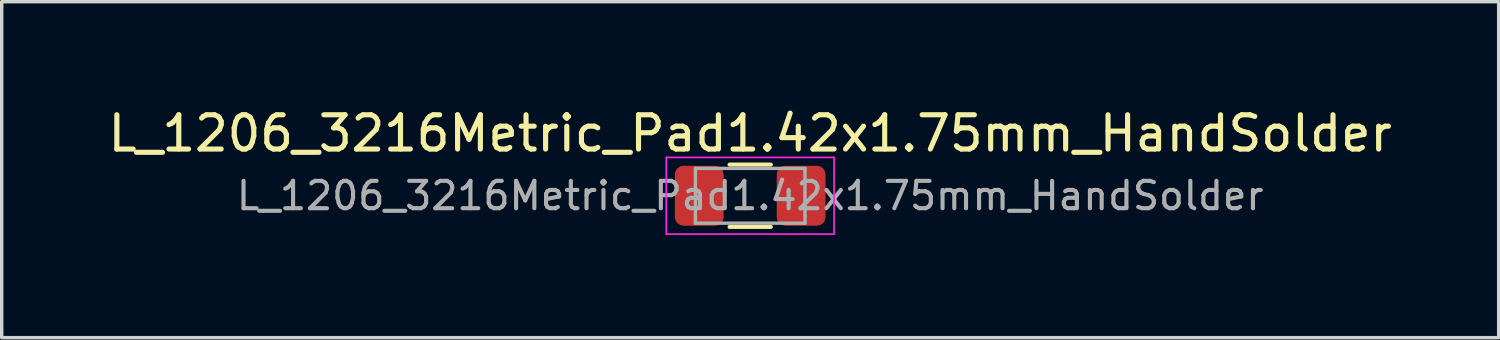
<source format=kicad_pcb>
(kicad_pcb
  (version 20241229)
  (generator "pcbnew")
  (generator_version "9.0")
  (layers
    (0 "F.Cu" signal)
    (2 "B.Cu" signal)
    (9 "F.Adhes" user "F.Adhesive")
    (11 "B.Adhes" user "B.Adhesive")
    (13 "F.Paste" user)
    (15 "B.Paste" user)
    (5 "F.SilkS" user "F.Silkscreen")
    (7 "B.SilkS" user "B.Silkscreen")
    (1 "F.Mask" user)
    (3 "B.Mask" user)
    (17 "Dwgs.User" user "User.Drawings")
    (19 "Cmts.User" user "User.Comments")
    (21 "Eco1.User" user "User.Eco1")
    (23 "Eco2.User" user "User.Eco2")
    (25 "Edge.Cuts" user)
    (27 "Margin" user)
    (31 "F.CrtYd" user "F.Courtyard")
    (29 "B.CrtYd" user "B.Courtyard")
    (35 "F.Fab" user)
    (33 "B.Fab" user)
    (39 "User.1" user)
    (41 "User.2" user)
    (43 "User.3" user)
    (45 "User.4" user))
  (footprint "L_1206_3216Metric_Pad1.42x1.75mm_HandSolder"
    (layer "F.Cu")
    (at 18.863 2.668)
    (property "Reference" "L_1206_3216Metric_Pad1.42x1.75mm_HandSolder" (at 0 -1.82 0) (layer "F.SilkS") (effects (font (size 1 1) (thickness 0.15))))
    (attr smd)
    (fp_line (start -0.602 -0.91) (end 0.602 -0.91) (stroke (width 0.12) (type solid)) (layer "F.SilkS"))
    (fp_line (start -0.602 0.91) (end 0.602 0.91) (stroke (width 0.12) (type solid)) (layer "F.SilkS"))
    (fp_line (start -2.45 -1.12) (end 2.45 -1.12) (stroke (width 0.05) (type solid)) (layer "F.CrtYd"))
    (fp_line (start -2.45 1.12) (end -2.45 -1.12) (stroke (width 0.05) (type solid)) (layer "F.CrtYd"))
    (fp_line (start 2.45 -1.12) (end 2.45 1.12) (stroke (width 0.05) (type solid)) (layer "F.CrtYd"))
    (fp_line (start 2.45 1.12) (end -2.45 1.12) (stroke (width 0.05) (type solid)) (layer "F.CrtYd"))
    (fp_line (start -1.6 -0.8) (end 1.6 -0.8) (stroke (width 0.1) (type solid)) (layer "F.Fab"))
    (fp_line (start -1.6 0.8) (end -1.6 -0.8) (stroke (width 0.1) (type solid)) (layer "F.Fab"))
    (fp_line (start 1.6 -0.8) (end 1.6 0.8) (stroke (width 0.1) (type solid)) (layer "F.Fab"))
    (fp_line (start 1.6 0.8) (end -1.6 0.8) (stroke (width 0.1) (type solid)) (layer "F.Fab"))
    (fp_text user "${REFERENCE}" (at 0 0 0) (layer "F.Fab") (effects (font (size 0.8 0.8) (thickness 0.12))))
    (pad "1" smd roundrect (at -1.488 0) (size 1.425 1.75) (layers "F.Cu" "F.Mask" "F.Paste") (roundrect_rratio 0.175))
    (pad "2" smd roundrect (at 1.488 0) (size 1.425 1.75) (layers "F.Cu" "F.Mask" "F.Paste") (roundrect_rratio 0.175)))
  (gr_rect
    (start -3 -3)
    (end 40.726 6.813)
    (stroke (width 0.1) (type default))
    (fill no)
    (layer "Edge.Cuts")))
</source>
